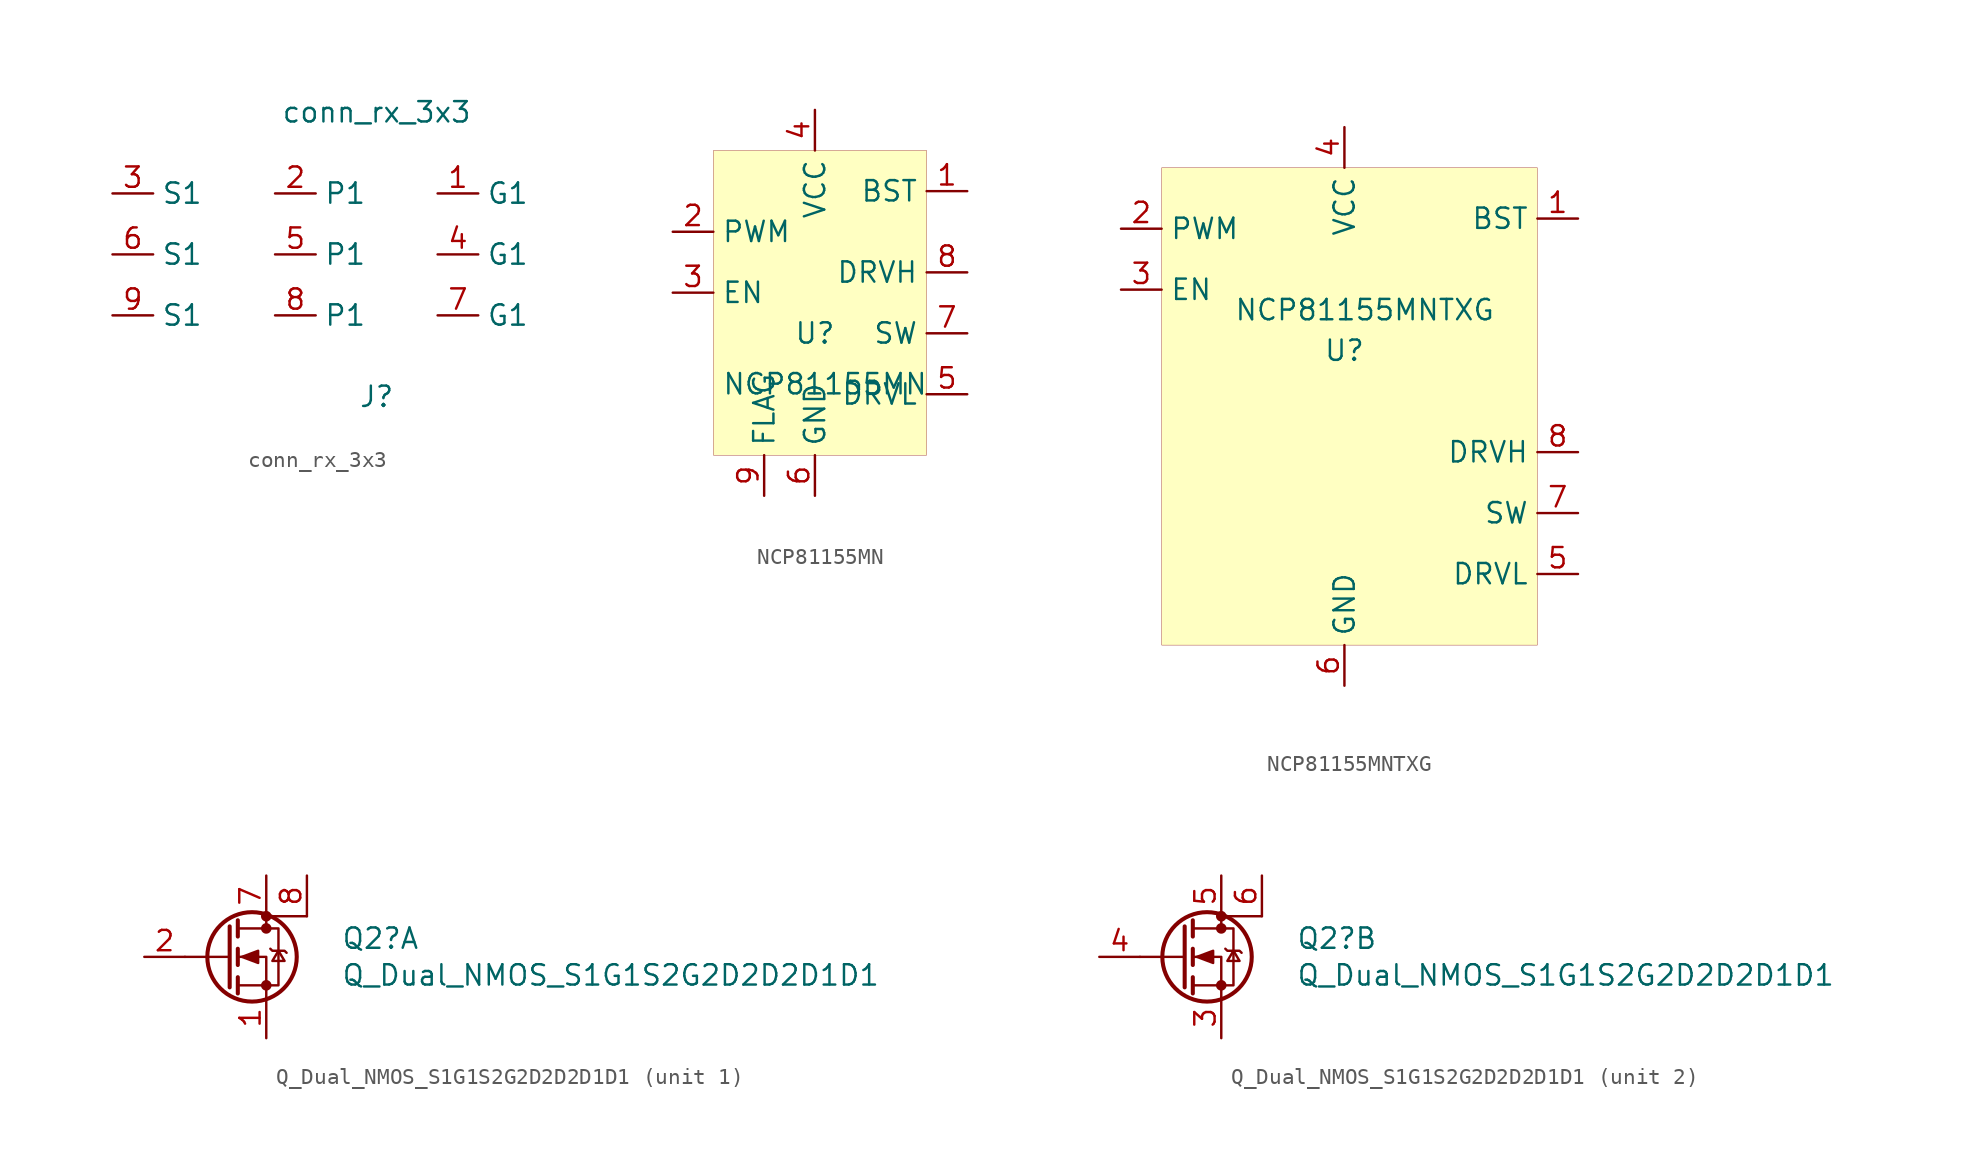
<source format=kicad_sym>
(kicad_symbol_lib
  (version 20201005)
  (generator kicad_symbol_editor)
  (symbol "beetletriple:conn_rx_3x3"
    (property "Reference" "J"
      (at 0 -8.89 0)
      (effects (font (size 1.27 1.27))))
    (property "Value" "conn_rx_3x3"
      (at 0 8.89 0)
      (effects (font (size 1.27 1.27))))
    (symbol "conn_rx_3x3_1_1"
      (pin power_in line (at 3.81 3.81 0) (length 2.54) (name "G1" (effects (font (size 1.27 1.27)))) (number "1" (effects (font (size 1.27 1.27)))))
      (pin power_in line (at -6.35 3.81 0) (length 2.54) (name "P1" (effects (font (size 1.27 1.27)))) (number "2" (effects (font (size 1.27 1.27)))))
      (pin input line (at -16.51 3.81 0) (length 2.54) (name "S1" (effects (font (size 1.27 1.27)))) (number "3" (effects (font (size 1.27 1.27)))))
      (pin power_in line (at 3.81 0 0) (length 2.54) (name "G1" (effects (font (size 1.27 1.27)))) (number "4" (effects (font (size 1.27 1.27)))))
      (pin power_in line (at -6.35 0 0) (length 2.54) (name "P1" (effects (font (size 1.27 1.27)))) (number "5" (effects (font (size 1.27 1.27)))))
      (pin input line (at -16.51 0 0) (length 2.54) (name "S1" (effects (font (size 1.27 1.27)))) (number "6" (effects (font (size 1.27 1.27)))))
      (pin power_in line (at -6.35 -3.81 0) (length 2.54) (name "P1" (effects (font (size 1.27 1.27)))) (number "8" (effects (font (size 1.27 1.27)))))
      (pin input line (at -16.51 -3.81 0) (length 2.54) (name "S1" (effects (font (size 1.27 1.27)))) (number "9" (effects (font (size 1.27 1.27)))))
      (pin power_in line (at 3.81 -3.81 0) (length 2.54) (name "G1" (effects (font (size 1.27 1.27)))) (number "7" (effects (font (size 1.27 1.27)))))))
  (symbol "beetletriple:NCP81155MN"
    (property "Reference" "U"
      (at 0 0 0)
      (effects (font (size 1.27 1.27))))
    (property "Value" "NCP81155MN"
      (at 0.635 -3.175 0)
      (effects (font (size 1.27 1.27))))
    (symbol "NCP81155MN_0_1"
      (rectangle (start -6.35 11.43) (end 6.985 -7.62) (stroke (width 0.001)) (fill (type background))))
    (symbol "NCP81155MN_1_1"
      (pin power_out line (at 9.525 8.89 180) (length 2.54) (name "BST" (effects (font (size 1.27 1.27)))) (number "1" (effects (font (size 1.27 1.27)))))
      (pin input line (at -8.89 6.35 0) (length 2.54) (name "PWM" (effects (font (size 1.27 1.27)))) (number "2" (effects (font (size 1.27 1.27)))))
      (pin input line (at -8.89 2.54 0) (length 2.54) (name "EN" (effects (font (size 1.27 1.27)))) (number "3" (effects (font (size 1.27 1.27)))))
      (pin power_in line (at 0 13.97 270) (length 2.54) (name "VCC" (effects (font (size 1.27 1.27)))) (number "4" (effects (font (size 1.27 1.27)))))
      (pin output line (at 9.525 -3.81 180) (length 2.54) (name "DRVL" (effects (font (size 1.27 1.27)))) (number "5" (effects (font (size 1.27 1.27)))))
      (pin passive line (at 9.525 0 180) (length 2.54) (name "SW" (effects (font (size 1.27 1.27)))) (number "7" (effects (font (size 1.27 1.27)))))
      (pin output line (at 9.525 3.81 180) (length 2.54) (name "DRVH" (effects (font (size 1.27 1.27)))) (number "8" (effects (font (size 1.27 1.27)))))
      (pin power_in line (at 0 -10.16 90) (length 2.54) (name "GND" (effects (font (size 1.27 1.27)))) (number "6" (effects (font (size 1.27 1.27)))))
      (pin power_in line (at -3.175 -10.16 90) (length 2.54) (name "FLAG" (effects (font (size 1.27 1.27)))) (number "9" (effects (font (size 1.27 1.27)))))))
  (symbol "beetletriple:NCP81155MNTXG"
    (property "Reference" "U"
      (at 0 0 0)
      (effects (font (size 1.27 1.27))))
    (property "Value" "NCP81155MNTXG"
      (at 1.27 2.54 0)
      (effects (font (size 1.27 1.27))))
    (symbol "NCP81155MNTXG_0_1"
      (rectangle (start -11.43 11.43) (end 12.065 -18.415) (stroke (width 0.001)) (fill (type background))))
    (symbol "NCP81155MNTXG_1_1"
      (pin power_out line (at 14.605 8.255 180) (length 2.54) (name "BST" (effects (font (size 1.27 1.27)))) (number "1" (effects (font (size 1.27 1.27)))))
      (pin input line (at -13.97 7.62 0) (length 2.54) (name "PWM" (effects (font (size 1.27 1.27)))) (number "2" (effects (font (size 1.27 1.27)))))
      (pin input line (at -13.97 3.81 0) (length 2.54) (name "EN" (effects (font (size 1.27 1.27)))) (number "3" (effects (font (size 1.27 1.27)))))
      (pin power_in line (at 0 13.97 270) (length 2.54) (name "VCC" (effects (font (size 1.27 1.27)))) (number "4" (effects (font (size 1.27 1.27)))))
      (pin output line (at 14.605 -13.97 180) (length 2.54) (name "DRVL" (effects (font (size 1.27 1.27)))) (number "5" (effects (font (size 1.27 1.27)))))
      (pin passive line (at 14.605 -10.16 180) (length 2.54) (name "SW" (effects (font (size 1.27 1.27)))) (number "7" (effects (font (size 1.27 1.27)))))
      (pin output line (at 14.605 -6.35 180) (length 2.54) (name "DRVH" (effects (font (size 1.27 1.27)))) (number "8" (effects (font (size 1.27 1.27)))))
      (pin power_in line (at 0 -20.955 90) (length 2.54) (name "GND" (effects (font (size 1.27 1.27)))) (number "6" (effects (font (size 1.27 1.27)))))))
  (symbol "beetletriple:Q_Dual_NMOS_S1G1S2G2D2D2D1D1"
    (pin_names
      (offset 0) hide)
    (property "Reference" "Q2"
      (at 7.214 1.149 0)
      (effects (font (size 1.27 1.27)) (justify left)))
    (property "Value" "Q_Dual_NMOS_S1G1S2G2D2D2D1D1"
      (at 7.214 -1.149 0)
      (effects (font (size 1.27 1.27)) (justify left)))
    (symbol "Q_Dual_NMOS_S1G1S2G2D2D2D1D1_0_1"
      (circle (center 1.651 0) (radius 2.794) (stroke (width 0.254)) (fill (type none)))
      (circle (center 2.54 -1.778) (radius 0.254) (stroke (width 0)) (fill (type outline)))
      (circle (center 2.54 1.778) (radius 0.254) (stroke (width 0)) (fill (type outline)))
      (circle (center 2.54 2.54) (radius 0.254) (stroke (width 0)) (fill (type outline)))
      (polyline (pts (xy 0.254 0) (xy -2.54 0)) (stroke (width 0)) (fill (type none)))
      (polyline (pts (xy 0.254 1.905) (xy 0.254 -1.905)) (stroke (width 0.254)) (fill (type none)))
      (polyline (pts (xy 0.762 -1.27) (xy 0.762 -2.286)) (stroke (width 0.254)) (fill (type none)))
      (polyline (pts (xy 0.762 0.508) (xy 0.762 -0.508)) (stroke (width 0.254)) (fill (type none)))
      (polyline (pts (xy 0.762 2.286) (xy 0.762 1.27)) (stroke (width 0.254)) (fill (type none)))
      (polyline (pts (xy 2.54 2.54) (xy 2.54 1.778)) (stroke (width 0)) (fill (type none)))
      (polyline (pts (xy 5.08 2.54) (xy 2.54 2.54)) (stroke (width 0)) (fill (type none)))
      (polyline (pts (xy 2.54 -2.54) (xy 2.54 0) (xy 0.762 0)) (stroke (width 0)) (fill (type none)))
      (polyline (pts (xy 0.762 -1.778) (xy 3.302 -1.778) (xy 3.302 1.778) (xy 0.762 1.778)) (stroke (width 0)) (fill (type none)))
      (polyline (pts (xy 1.016 0) (xy 2.032 0.381) (xy 2.032 -0.381) (xy 1.016 0)) (stroke (width 0)) (fill (type outline)))
      (polyline (pts (xy 2.794 0.508) (xy 2.921 0.381) (xy 3.683 0.381) (xy 3.81 0.254)) (stroke (width 0)) (fill (type none)))
      (polyline (pts (xy 3.302 0.381) (xy 2.921 -0.254) (xy 3.683 -0.254) (xy 3.302 0.381)) (stroke (width 0)) (fill (type none))))
    (symbol "Q_Dual_NMOS_S1G1S2G2D2D2D1D1_1_1"
      (pin passive line (at 2.54 -5.08 90) (length 2.54) (name "S" (effects (font (size 1.27 1.27)))) (number "1" (effects (font (size 1.27 1.27)))))
      (pin input line (at -5.08 0 0) (length 2.54) (name "G" (effects (font (size 1.27 1.27)))) (number "2" (effects (font (size 1.27 1.27)))))
      (pin passive line (at 2.54 5.08 270) (length 2.54) (name "D" (effects (font (size 1.27 1.27)))) (number "7" (effects (font (size 1.27 1.27)))))
      (pin passive line (at 5.08 5.08 270) (length 2.54) (name "D" (effects (font (size 1.27 1.27)))) (number "8" (effects (font (size 1.27 1.27))))))
    (symbol "Q_Dual_NMOS_S1G1S2G2D2D2D1D1_2_1"
      (pin passive line (at 2.54 -5.08 90) (length 2.54) (name "S" (effects (font (size 1.27 1.27)))) (number "3" (effects (font (size 1.27 1.27)))))
      (pin input line (at -5.08 0 0) (length 2.54) (name "G" (effects (font (size 1.27 1.27)))) (number "4" (effects (font (size 1.27 1.27)))))
      (pin passive line (at 2.54 5.08 270) (length 2.54) (name "D" (effects (font (size 1.27 1.27)))) (number "5" (effects (font (size 1.27 1.27)))))
      (pin passive line (at 5.08 5.08 270) (length 2.54) (name "D" (effects (font (size 1.27 1.27)))) (number "6" (effects (font (size 1.27 1.27))))))))
</source>
